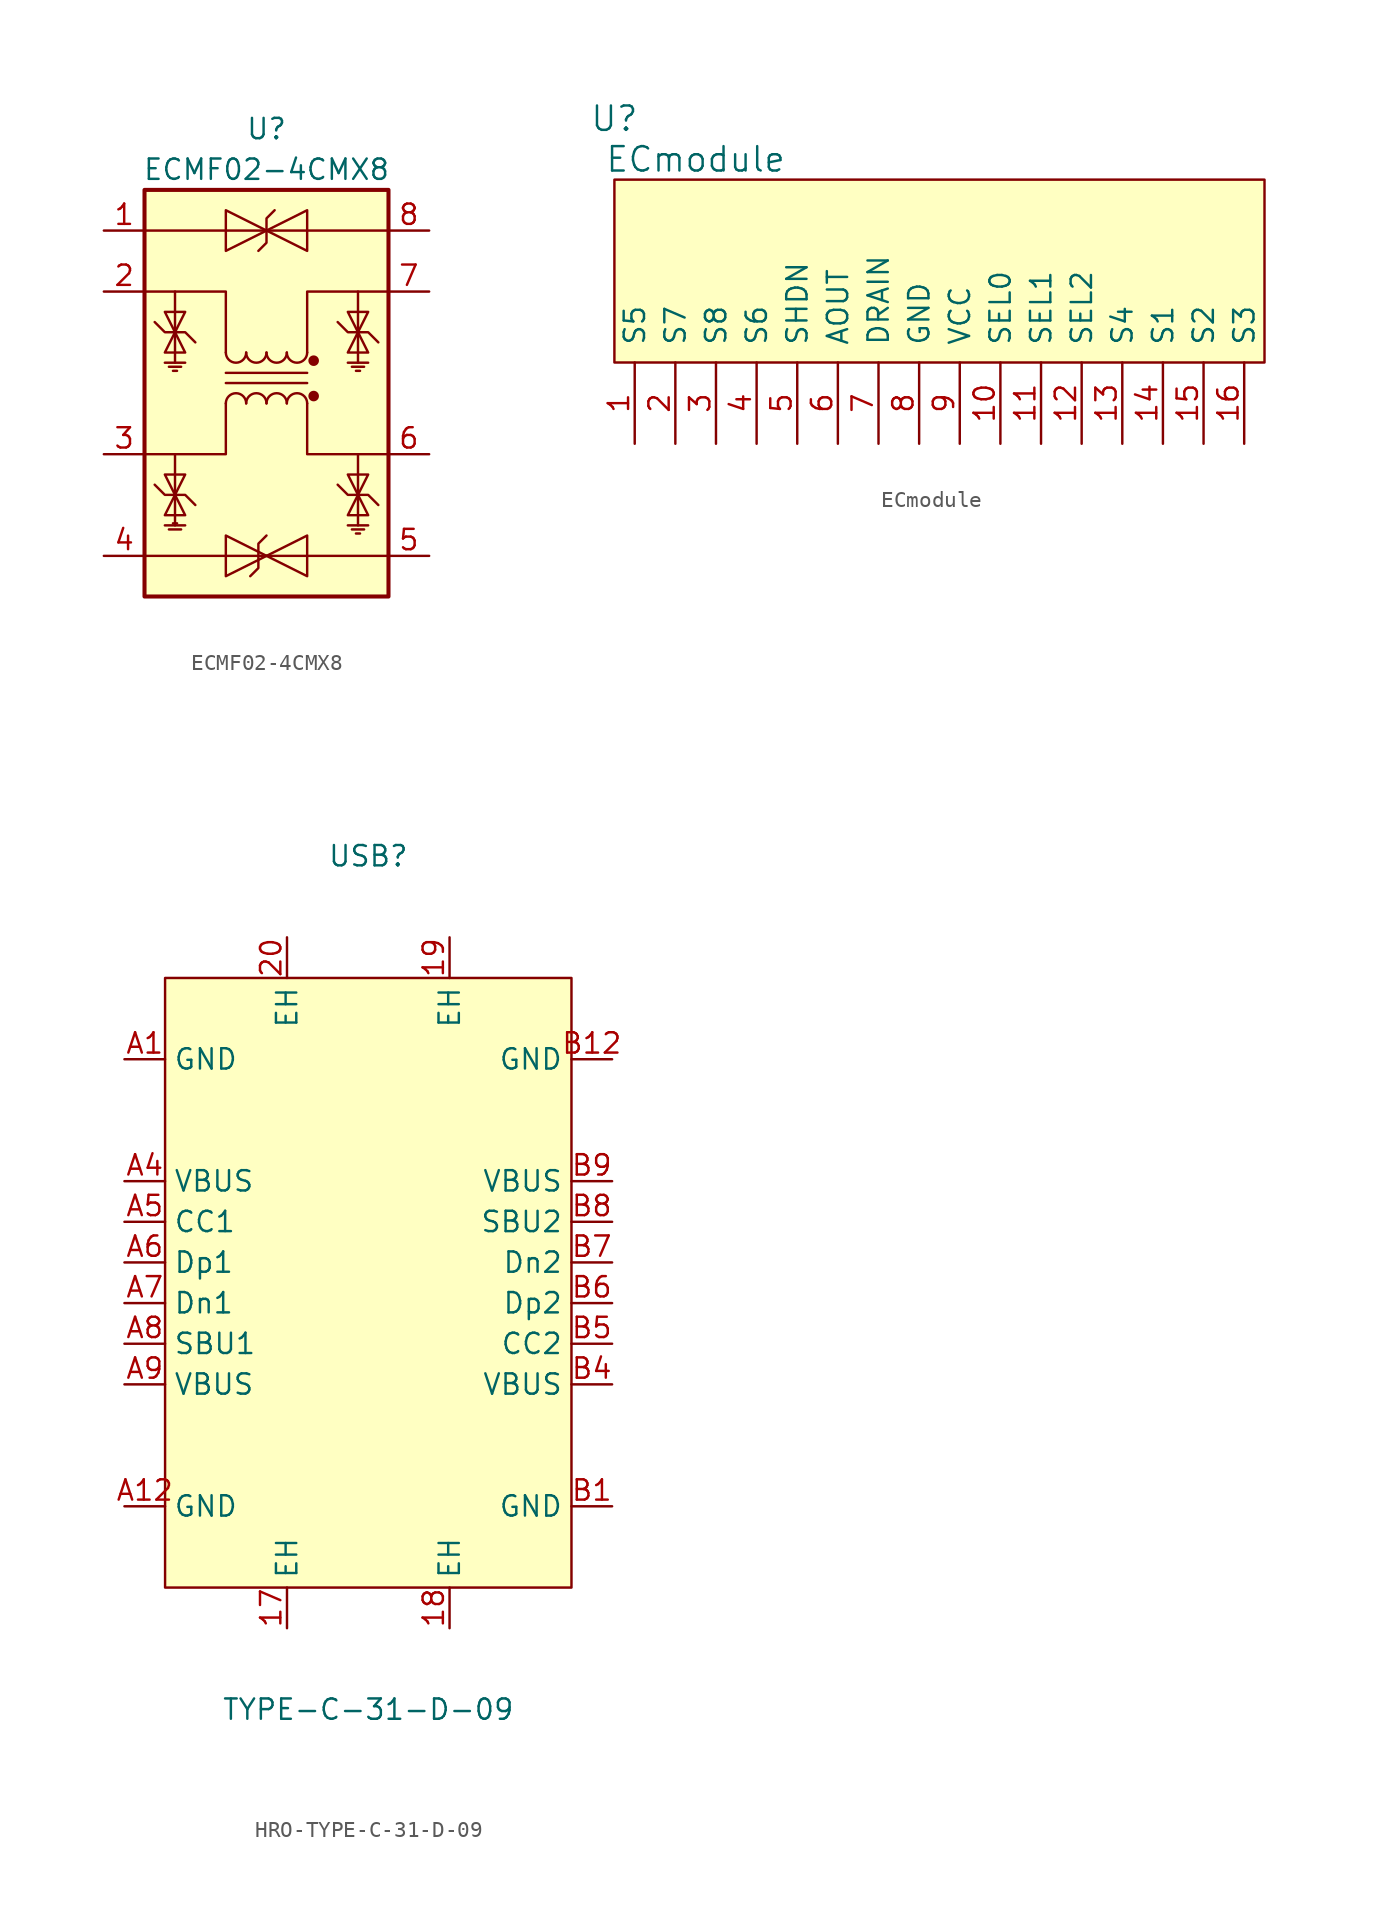
<source format=kicad_sym>
(kicad_symbol_lib
  (version 20231120)
  (generator "kicad_symbol_editor")
  (generator_version "8.0")
  (symbol "ECMF02-4CMX8"
    (pin_names
      (offset 0.025) hide)
    (property "Reference" "U"
      (at 0 16.51 0)
      (effects (font (size 1.27 1.27))))
    (property "Value" "ECMF02-4CMX8"
      (at 0 13.97 0)
      (effects (font (size 1.27 1.27))))
    (symbol "ECMF02-4CMX8_0_1"
      (rectangle (start -7.62 12.7) (end 7.62 -12.7) (stroke (width 0.254) (type default)) (fill (type background)))
      (arc (start -1.27 -0.635) (mid -1.905 -0.0027) (end -2.54 -0.635) (stroke (width 0) (type default)) (fill (type none)))
      (arc (start 0 -0.635) (mid -0.635 -0.0027) (end -1.27 -0.635) (stroke (width 0) (type default)) (fill (type none)))
      (polyline (pts (xy -6.35 -8.255) (xy -5.08 -8.255)) (stroke (width 0) (type default)) (fill (type none)))
      (polyline (pts (xy -6.35 1.905) (xy -5.08 1.905)) (stroke (width 0) (type default)) (fill (type none)))
      (polyline (pts (xy -6.096 -8.509) (xy -5.334 -8.509)) (stroke (width 0) (type default)) (fill (type none)))
      (polyline (pts (xy -6.096 1.651) (xy -5.334 1.651)) (stroke (width 0) (type default)) (fill (type none)))
      (polyline (pts (xy -5.842 -8.128) (xy -5.588 -8.128)) (stroke (width 0) (type default)) (fill (type none)))
      (polyline (pts (xy -5.842 1.397) (xy -5.588 1.397)) (stroke (width 0) (type default)) (fill (type none)))
      (polyline (pts (xy -2.54 0.635) (xy 2.54 0.635)) (stroke (width 0) (type default)) (fill (type none)))
      (polyline (pts (xy 2.54 1.27) (xy -2.54 1.27)) (stroke (width 0) (type default)) (fill (type none)))
      (polyline (pts (xy 5.08 -8.255) (xy 6.35 -8.255)) (stroke (width 0) (type default)) (fill (type none)))
      (polyline (pts (xy 5.08 1.905) (xy 6.35 1.905)) (stroke (width 0) (type default)) (fill (type none)))
      (polyline (pts (xy 5.334 -8.509) (xy 6.096 -8.509)) (stroke (width 0) (type default)) (fill (type none)))
      (polyline (pts (xy 5.334 1.651) (xy 6.096 1.651)) (stroke (width 0) (type default)) (fill (type none)))
      (polyline (pts (xy 5.588 -8.763) (xy 5.842 -8.763)) (stroke (width 0) (type default)) (fill (type none)))
      (polyline (pts (xy 5.588 1.397) (xy 5.842 1.397)) (stroke (width 0) (type default)) (fill (type none)))
      (polyline (pts (xy -2.54 -0.635) (xy -2.54 -3.81) (xy -7.62 -3.81)) (stroke (width 0) (type default)) (fill (type none)))
      (polyline (pts (xy -2.54 2.54) (xy -2.54 6.35) (xy -7.62 6.35)) (stroke (width 0) (type default)) (fill (type none)))
      (polyline (pts (xy 2.54 -0.635) (xy 2.54 -3.81) (xy 7.62 -3.81)) (stroke (width 0) (type default)) (fill (type none)))
      (polyline (pts (xy 2.54 2.54) (xy 2.54 6.35) (xy 7.62 6.35)) (stroke (width 0) (type default)) (fill (type none)))
      (arc (start 1.27 -0.635) (mid 0.635 -0.0027) (end 0 -0.635) (stroke (width 0) (type default)) (fill (type none)))
      (arc (start 2.54 -0.635) (mid 1.905 -0.0027) (end 1.27 -0.635) (stroke (width 0) (type default)) (fill (type none))))
    (symbol "ECMF02-4CMX8_1_1"
      (arc (start -2.54 2.54) (mid -1.905 1.9077) (end -1.27 2.54) (stroke (width 0) (type default)) (fill (type none)))
      (arc (start -1.27 2.54) (mid -0.635 1.9077) (end 0 2.54) (stroke (width 0) (type default)) (fill (type none)))
      (polyline (pts (xy -5.715 -6.35) (xy -5.715 -8.255)) (stroke (width 0) (type default)) (fill (type none)))
      (polyline (pts (xy -5.715 -6.35) (xy -5.715 -3.81)) (stroke (width 0) (type default)) (fill (type none)))
      (polyline (pts (xy -5.715 3.81) (xy -5.715 1.905)) (stroke (width 0) (type default)) (fill (type none)))
      (polyline (pts (xy -5.715 3.81) (xy -5.715 6.35)) (stroke (width 0) (type default)) (fill (type none)))
      (polyline (pts (xy 0 -10.16) (xy -7.62 -10.16)) (stroke (width 0) (type default)) (fill (type none)))
      (polyline (pts (xy 0 -10.16) (xy 7.62 -10.16)) (stroke (width 0) (type default)) (fill (type none)))
      (polyline (pts (xy 0 10.16) (xy -7.62 10.16)) (stroke (width 0) (type default)) (fill (type none)))
      (polyline (pts (xy 0 10.16) (xy 7.62 10.16)) (stroke (width 0) (type default)) (fill (type none)))
      (polyline (pts (xy 5.715 -6.35) (xy 5.715 -8.255)) (stroke (width 0) (type default)) (fill (type none)))
      (polyline (pts (xy 5.715 -6.35) (xy 5.715 -3.81)) (stroke (width 0) (type default)) (fill (type none)))
      (polyline (pts (xy 5.715 3.81) (xy 5.715 1.905)) (stroke (width 0) (type default)) (fill (type none)))
      (polyline (pts (xy 5.715 3.81) (xy 5.715 6.35)) (stroke (width 0) (type default)) (fill (type none)))
      (polyline (pts (xy -6.35 -7.62) (xy -5.08 -7.62) (xy -5.715 -6.35) (xy -6.35 -7.62)) (stroke (width 0) (type default)) (fill (type none)))
      (polyline (pts (xy -6.35 2.54) (xy -5.08 2.54) (xy -5.715 3.81) (xy -6.35 2.54)) (stroke (width 0) (type default)) (fill (type none)))
      (polyline (pts (xy -5.08 -5.08) (xy -6.35 -5.08) (xy -5.715 -6.35) (xy -5.08 -5.08)) (stroke (width 0) (type default)) (fill (type none)))
      (polyline (pts (xy -5.08 5.08) (xy -6.35 5.08) (xy -5.715 3.81) (xy -5.08 5.08)) (stroke (width 0) (type default)) (fill (type none)))
      (polyline (pts (xy -4.445 -6.985) (xy -5.08 -6.35) (xy -6.35 -6.35) (xy -6.985 -5.715)) (stroke (width 0) (type default)) (fill (type none)))
      (polyline (pts (xy -4.445 3.175) (xy -5.08 3.81) (xy -6.35 3.81) (xy -6.985 4.445)) (stroke (width 0) (type default)) (fill (type none)))
      (polyline (pts (xy -2.54 -8.89) (xy -2.54 -11.43) (xy 0 -10.16) (xy -2.54 -8.89)) (stroke (width 0) (type default)) (fill (type none)))
      (polyline (pts (xy -2.54 11.43) (xy -2.54 8.89) (xy 0 10.16) (xy -2.54 11.43)) (stroke (width 0) (type default)) (fill (type none)))
      (polyline (pts (xy 0 -8.89) (xy -0.508 -9.398) (xy -0.508 -10.922) (xy -1.016 -11.43)) (stroke (width 0) (type default)) (fill (type none)))
      (polyline (pts (xy 0.508 11.43) (xy 0 10.922) (xy 0 9.398) (xy -0.508 8.89)) (stroke (width 0) (type default)) (fill (type none)))
      (polyline (pts (xy 2.54 -11.43) (xy 2.54 -8.89) (xy 0 -10.16) (xy 2.54 -11.43)) (stroke (width 0) (type default)) (fill (type none)))
      (polyline (pts (xy 2.54 8.89) (xy 2.54 11.43) (xy 0 10.16) (xy 2.54 8.89)) (stroke (width 0) (type default)) (fill (type none)))
      (polyline (pts (xy 5.08 -7.62) (xy 6.35 -7.62) (xy 5.715 -6.35) (xy 5.08 -7.62)) (stroke (width 0) (type default)) (fill (type none)))
      (polyline (pts (xy 5.08 2.54) (xy 6.35 2.54) (xy 5.715 3.81) (xy 5.08 2.54)) (stroke (width 0) (type default)) (fill (type none)))
      (polyline (pts (xy 6.35 -5.08) (xy 5.08 -5.08) (xy 5.715 -6.35) (xy 6.35 -5.08)) (stroke (width 0) (type default)) (fill (type none)))
      (polyline (pts (xy 6.35 5.08) (xy 5.08 5.08) (xy 5.715 3.81) (xy 6.35 5.08)) (stroke (width 0) (type default)) (fill (type none)))
      (polyline (pts (xy 6.985 -6.985) (xy 6.35 -6.35) (xy 5.08 -6.35) (xy 4.445 -5.715)) (stroke (width 0) (type default)) (fill (type none)))
      (polyline (pts (xy 6.985 3.175) (xy 6.35 3.81) (xy 5.08 3.81) (xy 4.445 4.445)) (stroke (width 0) (type default)) (fill (type none)))
      (arc (start 0 2.54) (mid 0.635 1.9077) (end 1.27 2.54) (stroke (width 0) (type default)) (fill (type none)))
      (arc (start 1.27 2.54) (mid 1.905 1.9077) (end 2.54 2.54) (stroke (width 0) (type default)) (fill (type none)))
      (circle (center 2.946 -0.178) (radius 0.254) (stroke (width 0) (type default)) (fill (type outline)))
      (circle (center 2.946 2.032) (radius 0.254) (stroke (width 0) (type default)) (fill (type outline)))
      (pin power_in line (at -10.16 10.16 0) (length 2.54) (name "VDD" (effects (font (size 1.27 1.27)))) (number "1" (effects (font (size 1.27 1.27)))))
      (pin passive line (at -10.16 6.35 0) (length 2.54) (name "D-_1" (effects (font (size 1.27 1.27)))) (number "2" (effects (font (size 1.27 1.27)))))
      (pin passive line (at -10.16 -3.81 0) (length 2.54) (name "D+_1" (effects (font (size 1.27 1.27)))) (number "3" (effects (font (size 1.27 1.27)))))
      (pin passive line (at -10.16 -10.16 0) (length 2.54) (name "ID" (effects (font (size 1.27 1.27)))) (number "4" (effects (font (size 1.27 1.27)))))
      (pin power_in line (at 10.16 -10.16 180) (length 2.54) (name "GND_1" (effects (font (size 1.27 1.27)))) (number "5" (effects (font (size 1.27 1.27)))))
      (pin passive line (at 10.16 -3.81 180) (length 2.54) (name "D+_2" (effects (font (size 1.27 1.27)))) (number "6" (effects (font (size 1.27 1.27)))))
      (pin passive line (at 10.16 6.35 180) (length 2.54) (name "D-_2" (effects (font (size 1.27 1.27)))) (number "7" (effects (font (size 1.27 1.27)))))
      (pin power_in line (at 10.16 10.16 180) (length 2.54) (name "GND_2" (effects (font (size 1.27 1.27)))) (number "8" (effects (font (size 1.27 1.27)))))))
  (symbol "ECmodule"
    (pin_names
      (offset 1.016))
    (property "Reference" "U"
      (at -20.32 8.89 0)
      (effects (font (size 1.524 1.524))))
    (property "Value" "ECmodule"
      (at -15.24 6.35 0)
      (effects (font (size 1.524 1.524))))
    (symbol "ECmodule_0_1"
      (rectangle (start -20.32 -6.35) (end 20.32 5.08) (stroke (width 0) (type default)) (fill (type background))))
    (symbol "ECmodule_1_1"
      (pin input line (at -19.05 -11.43 90) (length 5.08) (name "S5" (effects (font (size 1.27 1.27)))) (number "1" (effects (font (size 1.27 1.27)))))
      (pin input line (at 3.81 -11.43 90) (length 5.08) (name "SEL0" (effects (font (size 1.27 1.27)))) (number "10" (effects (font (size 1.27 1.27)))))
      (pin input line (at 6.35 -11.43 90) (length 5.08) (name "SEL1" (effects (font (size 1.27 1.27)))) (number "11" (effects (font (size 1.27 1.27)))))
      (pin input line (at 8.89 -11.43 90) (length 5.08) (name "SEL2" (effects (font (size 1.27 1.27)))) (number "12" (effects (font (size 1.27 1.27)))))
      (pin input line (at 11.43 -11.43 90) (length 5.08) (name "S4" (effects (font (size 1.27 1.27)))) (number "13" (effects (font (size 1.27 1.27)))))
      (pin input line (at 13.97 -11.43 90) (length 5.08) (name "S1" (effects (font (size 1.27 1.27)))) (number "14" (effects (font (size 1.27 1.27)))))
      (pin input line (at 16.51 -11.43 90) (length 5.08) (name "S2" (effects (font (size 1.27 1.27)))) (number "15" (effects (font (size 1.27 1.27)))))
      (pin input line (at 19.05 -11.43 90) (length 5.08) (name "S3" (effects (font (size 1.27 1.27)))) (number "16" (effects (font (size 1.27 1.27)))))
      (pin input line (at -16.51 -11.43 90) (length 5.08) (name "S7" (effects (font (size 1.27 1.27)))) (number "2" (effects (font (size 1.27 1.27)))))
      (pin input line (at -13.97 -11.43 90) (length 5.08) (name "S8" (effects (font (size 1.27 1.27)))) (number "3" (effects (font (size 1.27 1.27)))))
      (pin input line (at -11.43 -11.43 90) (length 5.08) (name "S6" (effects (font (size 1.27 1.27)))) (number "4" (effects (font (size 1.27 1.27)))))
      (pin input line (at -8.89 -11.43 90) (length 5.08) (name "SHDN" (effects (font (size 1.27 1.27)))) (number "5" (effects (font (size 1.27 1.27)))))
      (pin input line (at -6.35 -11.43 90) (length 5.08) (name "AOUT" (effects (font (size 1.27 1.27)))) (number "6" (effects (font (size 1.27 1.27)))))
      (pin input line (at -3.81 -11.43 90) (length 5.08) (name "DRAIN" (effects (font (size 1.27 1.27)))) (number "7" (effects (font (size 1.27 1.27)))))
      (pin input line (at -1.27 -11.43 90) (length 5.08) (name "GND" (effects (font (size 1.27 1.27)))) (number "8" (effects (font (size 1.27 1.27)))))
      (pin input line (at 1.27 -11.43 90) (length 5.08) (name "VCC" (effects (font (size 1.27 1.27)))) (number "9" (effects (font (size 1.27 1.27)))))))
  (symbol "HRO-TYPE-C-31-D-09"
    (property "Reference" "USB"
      (at 0 27.94 0)
      (effects (font (size 1.27 1.27))))
    (property "Value" "TYPE-C-31-D-09"
      (at 0 -25.4 0)
      (effects (font (size 1.27 1.27))))
    (symbol "HRO-TYPE-C-31-D-09_0_1"
      (rectangle (start -12.7 20.32) (end 12.7 -17.78) (stroke (width 0) (type default)) (fill (type background)))
      (pin unspecified line (at -5.08 -20.32 90) (length 2.54) (name "EH" (effects (font (size 1.27 1.27)))) (number "17" (effects (font (size 1.27 1.27)))))
      (pin unspecified line (at 5.08 -20.32 90) (length 2.54) (name "EH" (effects (font (size 1.27 1.27)))) (number "18" (effects (font (size 1.27 1.27)))))
      (pin unspecified line (at 5.08 22.86 270) (length 2.54) (name "EH" (effects (font (size 1.27 1.27)))) (number "19" (effects (font (size 1.27 1.27)))))
      (pin unspecified line (at -5.08 22.86 270) (length 2.54) (name "EH" (effects (font (size 1.27 1.27)))) (number "20" (effects (font (size 1.27 1.27)))))
      (pin unspecified line (at -15.24 15.24 0) (length 2.54) (name "GND" (effects (font (size 1.27 1.27)))) (number "A1" (effects (font (size 1.27 1.27)))))
      (pin unspecified line (at -15.24 -12.7 0) (length 2.54) (name "GND" (effects (font (size 1.27 1.27)))) (number "A12" (effects (font (size 1.27 1.27)))))
      (pin unspecified line (at -15.24 7.62 0) (length 2.54) (name "VBUS" (effects (font (size 1.27 1.27)))) (number "A4" (effects (font (size 1.27 1.27)))))
      (pin unspecified line (at -15.24 5.08 0) (length 2.54) (name "CC1" (effects (font (size 1.27 1.27)))) (number "A5" (effects (font (size 1.27 1.27)))))
      (pin unspecified line (at -15.24 2.54 0) (length 2.54) (name "Dp1" (effects (font (size 1.27 1.27)))) (number "A6" (effects (font (size 1.27 1.27)))))
      (pin unspecified line (at -15.24 0 0) (length 2.54) (name "Dn1" (effects (font (size 1.27 1.27)))) (number "A7" (effects (font (size 1.27 1.27)))))
      (pin unspecified line (at -15.24 -2.54 0) (length 2.54) (name "SBU1" (effects (font (size 1.27 1.27)))) (number "A8" (effects (font (size 1.27 1.27)))))
      (pin unspecified line (at -15.24 -5.08 0) (length 2.54) (name "VBUS" (effects (font (size 1.27 1.27)))) (number "A9" (effects (font (size 1.27 1.27)))))
      (pin unspecified line (at 15.24 -12.7 180) (length 2.54) (name "GND" (effects (font (size 1.27 1.27)))) (number "B1" (effects (font (size 1.27 1.27)))))
      (pin unspecified line (at 15.24 15.24 180) (length 2.54) (name "GND" (effects (font (size 1.27 1.27)))) (number "B12" (effects (font (size 1.27 1.27)))))
      (pin unspecified line (at 15.24 -5.08 180) (length 2.54) (name "VBUS" (effects (font (size 1.27 1.27)))) (number "B4" (effects (font (size 1.27 1.27)))))
      (pin unspecified line (at 15.24 -2.54 180) (length 2.54) (name "CC2" (effects (font (size 1.27 1.27)))) (number "B5" (effects (font (size 1.27 1.27)))))
      (pin unspecified line (at 15.24 0 180) (length 2.54) (name "Dp2" (effects (font (size 1.27 1.27)))) (number "B6" (effects (font (size 1.27 1.27)))))
      (pin unspecified line (at 15.24 2.54 180) (length 2.54) (name "Dn2" (effects (font (size 1.27 1.27)))) (number "B7" (effects (font (size 1.27 1.27)))))
      (pin unspecified line (at 15.24 5.08 180) (length 2.54) (name "SBU2" (effects (font (size 1.27 1.27)))) (number "B8" (effects (font (size 1.27 1.27)))))
      (pin unspecified line (at 15.24 7.62 180) (length 2.54) (name "VBUS" (effects (font (size 1.27 1.27)))) (number "B9" (effects (font (size 1.27 1.27))))))))
</source>
